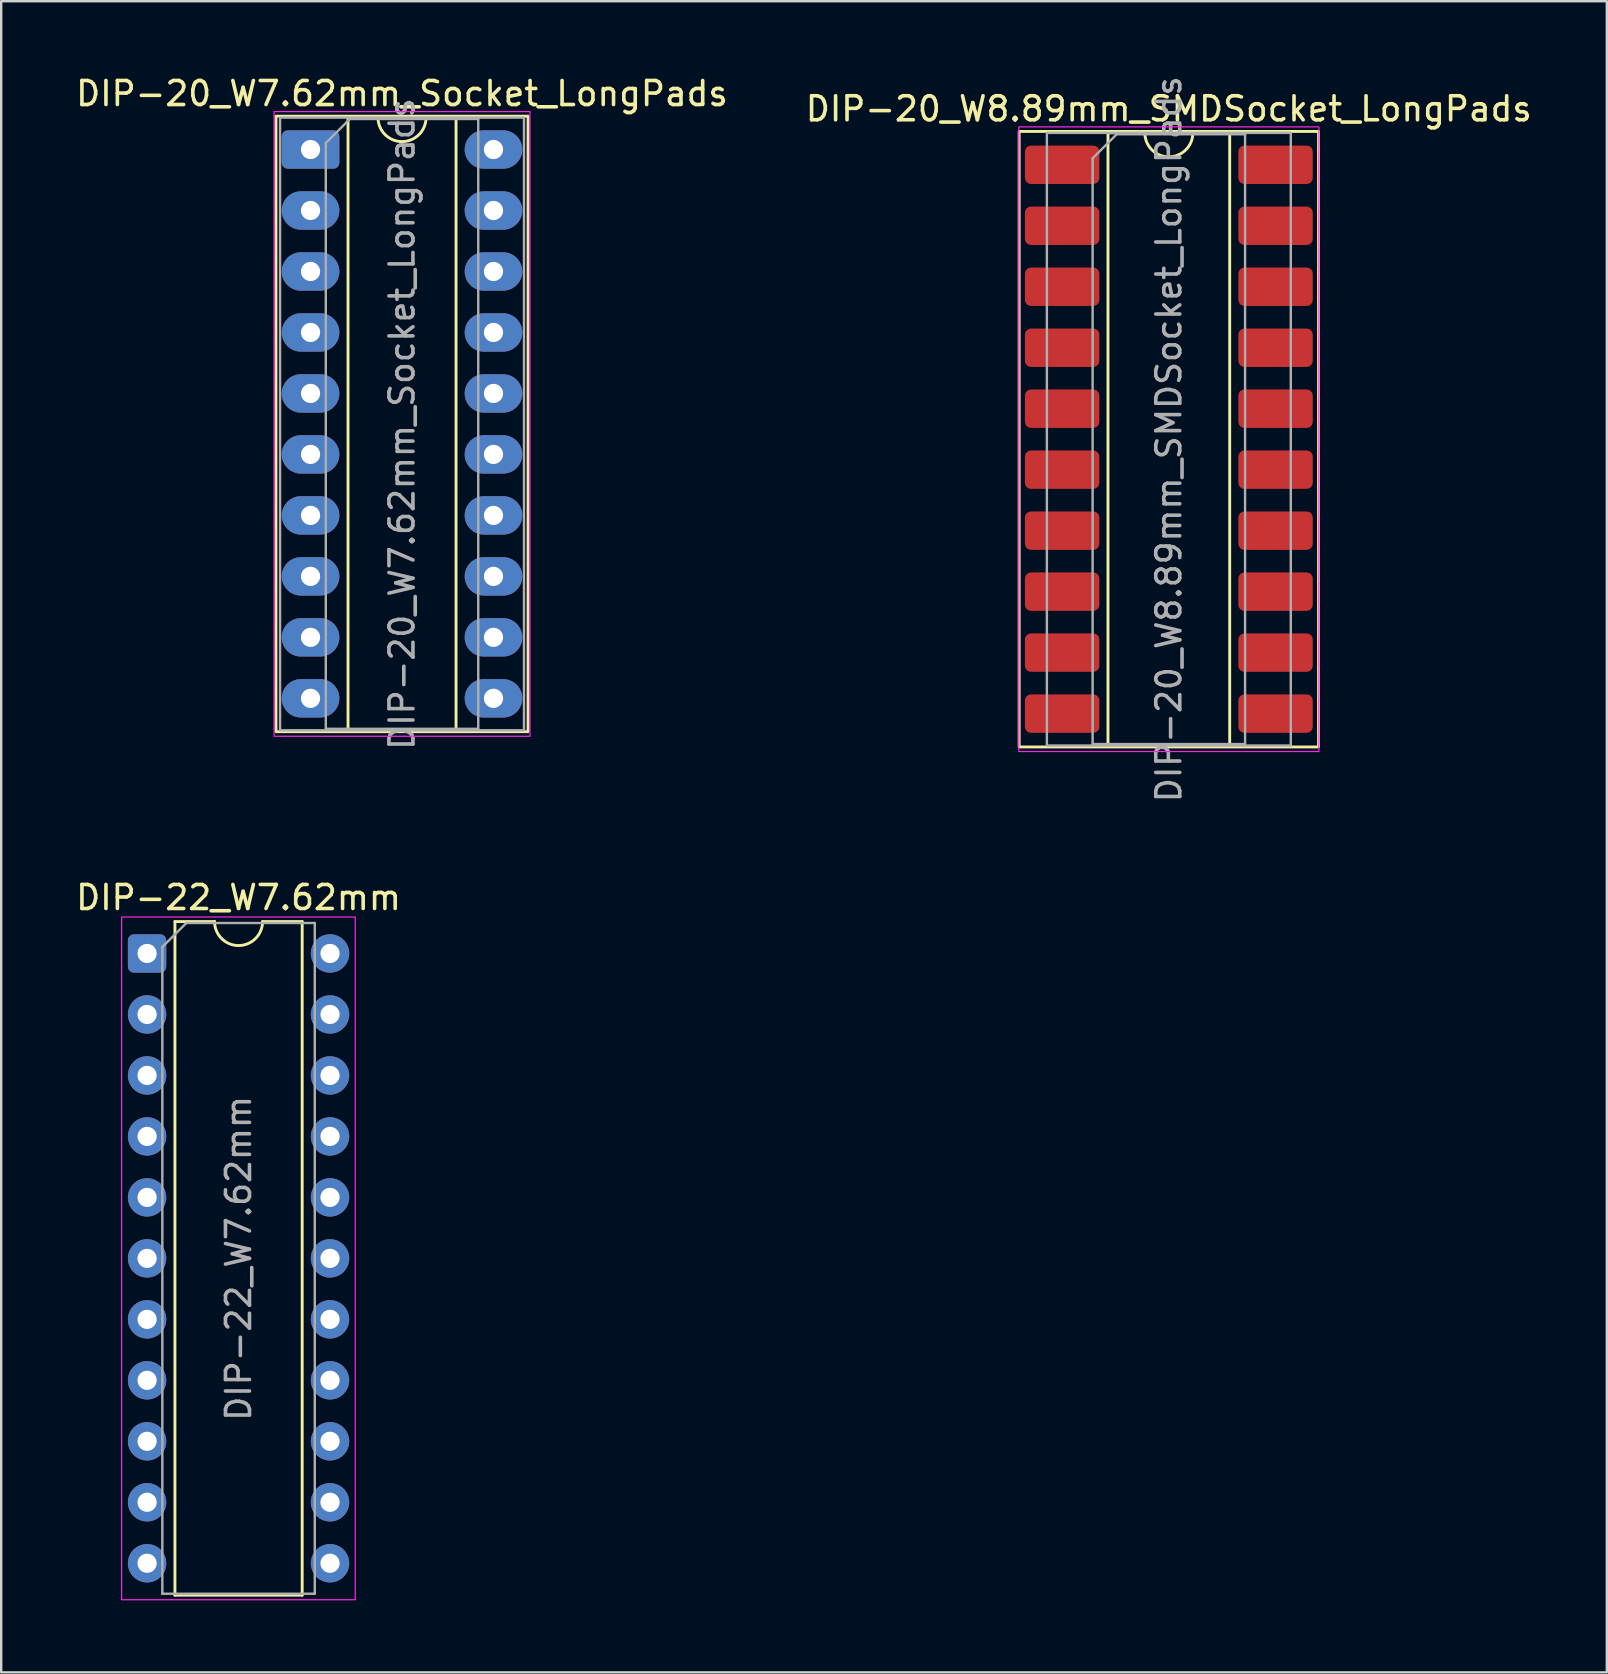
<source format=kicad_pcb>
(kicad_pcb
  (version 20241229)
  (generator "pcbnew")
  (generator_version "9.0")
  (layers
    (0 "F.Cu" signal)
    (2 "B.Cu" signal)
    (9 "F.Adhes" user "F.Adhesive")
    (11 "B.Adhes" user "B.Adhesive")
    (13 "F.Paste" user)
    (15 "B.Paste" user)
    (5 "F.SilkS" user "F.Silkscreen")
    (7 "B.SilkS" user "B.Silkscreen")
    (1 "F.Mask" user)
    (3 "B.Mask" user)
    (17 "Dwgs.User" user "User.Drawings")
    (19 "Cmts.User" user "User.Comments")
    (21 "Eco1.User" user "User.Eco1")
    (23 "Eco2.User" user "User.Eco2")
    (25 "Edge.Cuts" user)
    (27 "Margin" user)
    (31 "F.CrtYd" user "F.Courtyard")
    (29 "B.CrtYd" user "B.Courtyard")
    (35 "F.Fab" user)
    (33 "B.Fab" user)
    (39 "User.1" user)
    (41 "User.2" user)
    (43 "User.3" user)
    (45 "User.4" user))
  (footprint "DIP-22_W7.62mm"
    (layer "F.Cu")
    (at 3.077 36.666)
    (property "Reference" "DIP-22_W7.62mm" (at 3.81 -2.33 0) (layer "F.SilkS") (effects (font (size 1 1) (thickness 0.15))))
    (attr through_hole)
    (fp_line (start 1.16 -1.33) (end 1.16 26.73) (stroke (width 0.12) (type solid)) (layer "F.SilkS"))
    (fp_line (start 1.16 26.73) (end 6.46 26.73) (stroke (width 0.12) (type solid)) (layer "F.SilkS"))
    (fp_line (start 2.81 -1.33) (end 1.16 -1.33) (stroke (width 0.12) (type solid)) (layer "F.SilkS"))
    (fp_line (start 6.46 -1.33) (end 4.81 -1.33) (stroke (width 0.12) (type solid)) (layer "F.SilkS"))
    (fp_line (start 6.46 26.73) (end 6.46 -1.33) (stroke (width 0.12) (type solid)) (layer "F.SilkS"))
    (fp_arc (start 4.81 -1.33) (mid 3.81 -0.33) (end 2.81 -1.33) (stroke (width 0.12) (type solid)) (layer "F.SilkS"))
    (fp_rect (start -1.06 -1.52) (end 8.67 26.92) (stroke (width 0.05) (type solid)) (fill no) (layer "F.CrtYd"))
    (fp_line (start 0.635 -0.27) (end 1.635 -1.27) (stroke (width 0.1) (type solid)) (layer "F.Fab"))
    (fp_line (start 0.635 26.67) (end 0.635 -0.27) (stroke (width 0.1) (type solid)) (layer "F.Fab"))
    (fp_line (start 1.635 -1.27) (end 6.985 -1.27) (stroke (width 0.1) (type solid)) (layer "F.Fab"))
    (fp_line (start 6.985 -1.27) (end 6.985 26.67) (stroke (width 0.1) (type solid)) (layer "F.Fab"))
    (fp_line (start 6.985 26.67) (end 0.635 26.67) (stroke (width 0.1) (type solid)) (layer "F.Fab"))
    (fp_text user "${REFERENCE}" (at 3.81 12.7 90) (layer "F.Fab") (effects (font (size 1 1) (thickness 0.15))))
    (pad "1" thru_hole roundrect (at 0 0) (size 1.6 1.6) (drill 0.8) (layers "*.Cu" "*.Mask") (roundrect_rratio 0.156))
    (pad "2" thru_hole circle (at 0 2.54) (size 1.6 1.6) (drill 0.8) (layers "*.Cu" "*.Mask"))
    (pad "3" thru_hole circle (at 0 5.08) (size 1.6 1.6) (drill 0.8) (layers "*.Cu" "*.Mask"))
    (pad "4" thru_hole circle (at 0 7.62) (size 1.6 1.6) (drill 0.8) (layers "*.Cu" "*.Mask"))
    (pad "5" thru_hole circle (at 0 10.16) (size 1.6 1.6) (drill 0.8) (layers "*.Cu" "*.Mask"))
    (pad "6" thru_hole circle (at 0 12.7) (size 1.6 1.6) (drill 0.8) (layers "*.Cu" "*.Mask"))
    (pad "7" thru_hole circle (at 0 15.24) (size 1.6 1.6) (drill 0.8) (layers "*.Cu" "*.Mask"))
    (pad "8" thru_hole circle (at 0 17.78) (size 1.6 1.6) (drill 0.8) (layers "*.Cu" "*.Mask"))
    (pad "9" thru_hole circle (at 0 20.32) (size 1.6 1.6) (drill 0.8) (layers "*.Cu" "*.Mask"))
    (pad "10" thru_hole circle (at 0 22.86) (size 1.6 1.6) (drill 0.8) (layers "*.Cu" "*.Mask"))
    (pad "11" thru_hole circle (at 0 25.4) (size 1.6 1.6) (drill 0.8) (layers "*.Cu" "*.Mask"))
    (pad "12" thru_hole circle (at 7.62 25.4) (size 1.6 1.6) (drill 0.8) (layers "*.Cu" "*.Mask"))
    (pad "13" thru_hole circle (at 7.62 22.86) (size 1.6 1.6) (drill 0.8) (layers "*.Cu" "*.Mask"))
    (pad "14" thru_hole circle (at 7.62 20.32) (size 1.6 1.6) (drill 0.8) (layers "*.Cu" "*.Mask"))
    (pad "15" thru_hole circle (at 7.62 17.78) (size 1.6 1.6) (drill 0.8) (layers "*.Cu" "*.Mask"))
    (pad "16" thru_hole circle (at 7.62 15.24) (size 1.6 1.6) (drill 0.8) (layers "*.Cu" "*.Mask"))
    (pad "17" thru_hole circle (at 7.62 12.7) (size 1.6 1.6) (drill 0.8) (layers "*.Cu" "*.Mask"))
    (pad "18" thru_hole circle (at 7.62 10.16) (size 1.6 1.6) (drill 0.8) (layers "*.Cu" "*.Mask"))
    (pad "19" thru_hole circle (at 7.62 7.62) (size 1.6 1.6) (drill 0.8) (layers "*.Cu" "*.Mask"))
    (pad "20" thru_hole circle (at 7.62 5.08) (size 1.6 1.6) (drill 0.8) (layers "*.Cu" "*.Mask"))
    (pad "21" thru_hole circle (at 7.62 2.54) (size 1.6 1.6) (drill 0.8) (layers "*.Cu" "*.Mask"))
    (pad "22" thru_hole circle (at 7.62 0) (size 1.6 1.6) (drill 0.8) (layers "*.Cu" "*.Mask")))
  (footprint "DIP-20_W8.89mm_SMDSocket_LongPads"
    (layer "F.Cu")
    (at 45.637 15.244)
    (property "Reference" "DIP-20_W8.89mm_SMDSocket_LongPads" (at 0 -13.76 0) (layer "F.SilkS") (effects (font (size 1 1) (thickness 0.15))))
    (attr smd)
    (fp_line (start -2.535 -12.76) (end -2.535 12.76) (stroke (width 0.12) (type solid)) (layer "F.SilkS"))
    (fp_line (start -2.535 12.76) (end 2.535 12.76) (stroke (width 0.12) (type solid)) (layer "F.SilkS"))
    (fp_line (start -1 -12.76) (end -2.535 -12.76) (stroke (width 0.12) (type solid)) (layer "F.SilkS"))
    (fp_line (start 2.535 -12.76) (end 1 -12.76) (stroke (width 0.12) (type solid)) (layer "F.SilkS"))
    (fp_line (start 2.535 12.76) (end 2.535 -12.76) (stroke (width 0.12) (type solid)) (layer "F.SilkS"))
    (fp_rect (start -6.235 -12.82) (end 6.235 12.82) (stroke (width 0.12) (type solid)) (fill no) (layer "F.SilkS"))
    (fp_arc (start 1 -12.76) (mid 0 -11.76) (end -1 -12.76) (stroke (width 0.12) (type solid)) (layer "F.SilkS"))
    (fp_rect (start -6.25 -13.01) (end 6.25 13.01) (stroke (width 0.05) (type solid)) (fill no) (layer "F.CrtYd"))
    (fp_line (start -3.175 -11.7) (end -2.175 -12.7) (stroke (width 0.1) (type solid)) (layer "F.Fab"))
    (fp_line (start -3.175 12.7) (end -3.175 -11.7) (stroke (width 0.1) (type solid)) (layer "F.Fab"))
    (fp_line (start -2.175 -12.7) (end 3.175 -12.7) (stroke (width 0.1) (type solid)) (layer "F.Fab"))
    (fp_line (start 3.175 -12.7) (end 3.175 12.7) (stroke (width 0.1) (type solid)) (layer "F.Fab"))
    (fp_line (start 3.175 12.7) (end -3.175 12.7) (stroke (width 0.1) (type solid)) (layer "F.Fab"))
    (fp_rect (start -5.08 -12.76) (end 5.08 12.76) (stroke (width 0.1) (type solid)) (fill no) (layer "F.Fab"))
    (fp_text user "${REFERENCE}" (at 0 0 90) (layer "F.Fab") (effects (font (size 1 1) (thickness 0.15))))
    (pad "1" smd roundrect (at -4.445 -11.43) (size 3.1 1.6) (layers "F.Cu" "F.Mask" "F.Paste") (roundrect_rratio 0.156))
    (pad "2" smd roundrect (at -4.445 -8.89) (size 3.1 1.6) (layers "F.Cu" "F.Mask" "F.Paste") (roundrect_rratio 0.156))
    (pad "3" smd roundrect (at -4.445 -6.35) (size 3.1 1.6) (layers "F.Cu" "F.Mask" "F.Paste") (roundrect_rratio 0.156))
    (pad "4" smd roundrect (at -4.445 -3.81) (size 3.1 1.6) (layers "F.Cu" "F.Mask" "F.Paste") (roundrect_rratio 0.156))
    (pad "5" smd roundrect (at -4.445 -1.27) (size 3.1 1.6) (layers "F.Cu" "F.Mask" "F.Paste") (roundrect_rratio 0.156))
    (pad "6" smd roundrect (at -4.445 1.27) (size 3.1 1.6) (layers "F.Cu" "F.Mask" "F.Paste") (roundrect_rratio 0.156))
    (pad "7" smd roundrect (at -4.445 3.81) (size 3.1 1.6) (layers "F.Cu" "F.Mask" "F.Paste") (roundrect_rratio 0.156))
    (pad "8" smd roundrect (at -4.445 6.35) (size 3.1 1.6) (layers "F.Cu" "F.Mask" "F.Paste") (roundrect_rratio 0.156))
    (pad "9" smd roundrect (at -4.445 8.89) (size 3.1 1.6) (layers "F.Cu" "F.Mask" "F.Paste") (roundrect_rratio 0.156))
    (pad "10" smd roundrect (at -4.445 11.43) (size 3.1 1.6) (layers "F.Cu" "F.Mask" "F.Paste") (roundrect_rratio 0.156))
    (pad "11" smd roundrect (at 4.445 11.43) (size 3.1 1.6) (layers "F.Cu" "F.Mask" "F.Paste") (roundrect_rratio 0.156))
    (pad "12" smd roundrect (at 4.445 8.89) (size 3.1 1.6) (layers "F.Cu" "F.Mask" "F.Paste") (roundrect_rratio 0.156))
    (pad "13" smd roundrect (at 4.445 6.35) (size 3.1 1.6) (layers "F.Cu" "F.Mask" "F.Paste") (roundrect_rratio 0.156))
    (pad "14" smd roundrect (at 4.445 3.81) (size 3.1 1.6) (layers "F.Cu" "F.Mask" "F.Paste") (roundrect_rratio 0.156))
    (pad "15" smd roundrect (at 4.445 1.27) (size 3.1 1.6) (layers "F.Cu" "F.Mask" "F.Paste") (roundrect_rratio 0.156))
    (pad "16" smd roundrect (at 4.445 -1.27) (size 3.1 1.6) (layers "F.Cu" "F.Mask" "F.Paste") (roundrect_rratio 0.156))
    (pad "17" smd roundrect (at 4.445 -3.81) (size 3.1 1.6) (layers "F.Cu" "F.Mask" "F.Paste") (roundrect_rratio 0.156))
    (pad "18" smd roundrect (at 4.445 -6.35) (size 3.1 1.6) (layers "F.Cu" "F.Mask" "F.Paste") (roundrect_rratio 0.156))
    (pad "19" smd roundrect (at 4.445 -8.89) (size 3.1 1.6) (layers "F.Cu" "F.Mask" "F.Paste") (roundrect_rratio 0.156))
    (pad "20" smd roundrect (at 4.445 -11.43) (size 3.1 1.6) (layers "F.Cu" "F.Mask" "F.Paste") (roundrect_rratio 0.156)))
  (footprint "DIP-20_W7.62mm_Socket_LongPads"
    (layer "F.Cu")
    (at 9.886 3.178)
    (property "Reference" "DIP-20_W7.62mm_Socket_LongPads" (at 3.81 -2.33 0) (layer "F.SilkS") (effects (font (size 1 1) (thickness 0.15))))
    (attr through_hole)
    (fp_line (start 1.56 -1.33) (end 1.56 24.19) (stroke (width 0.12) (type solid)) (layer "F.SilkS"))
    (fp_line (start 1.56 24.19) (end 6.06 24.19) (stroke (width 0.12) (type solid)) (layer "F.SilkS"))
    (fp_line (start 2.81 -1.33) (end 1.56 -1.33) (stroke (width 0.12) (type solid)) (layer "F.SilkS"))
    (fp_line (start 6.06 -1.33) (end 4.81 -1.33) (stroke (width 0.12) (type solid)) (layer "F.SilkS"))
    (fp_line (start 6.06 24.19) (end 6.06 -1.33) (stroke (width 0.12) (type solid)) (layer "F.SilkS"))
    (fp_rect (start -1.44 -1.39) (end 9.06 24.25) (stroke (width 0.12) (type solid)) (fill no) (layer "F.SilkS"))
    (fp_arc (start 4.81 -1.33) (mid 3.81 -0.33) (end 2.81 -1.33) (stroke (width 0.12) (type solid)) (layer "F.SilkS"))
    (fp_rect (start -1.52 -1.58) (end 9.14 24.44) (stroke (width 0.05) (type solid)) (fill no) (layer "F.CrtYd"))
    (fp_line (start 0.635 -0.27) (end 1.635 -1.27) (stroke (width 0.1) (type solid)) (layer "F.Fab"))
    (fp_line (start 0.635 24.13) (end 0.635 -0.27) (stroke (width 0.1) (type solid)) (layer "F.Fab"))
    (fp_line (start 1.635 -1.27) (end 6.985 -1.27) (stroke (width 0.1) (type solid)) (layer "F.Fab"))
    (fp_line (start 6.985 -1.27) (end 6.985 24.13) (stroke (width 0.1) (type solid)) (layer "F.Fab"))
    (fp_line (start 6.985 24.13) (end 0.635 24.13) (stroke (width 0.1) (type solid)) (layer "F.Fab"))
    (fp_rect (start -1.27 -1.33) (end 8.89 24.19) (stroke (width 0.1) (type solid)) (fill no) (layer "F.Fab"))
    (fp_text user "${REFERENCE}" (at 3.81 11.43 90) (layer "F.Fab") (effects (font (size 1 1) (thickness 0.15))))
    (pad "1" thru_hole roundrect (at 0 0) (size 2.4 1.6) (drill 0.8) (layers "*.Cu" "*.Mask") (roundrect_rratio 0.156))
    (pad "2" thru_hole oval (at 0 2.54) (size 2.4 1.6) (drill 0.8) (layers "*.Cu" "*.Mask"))
    (pad "3" thru_hole oval (at 0 5.08) (size 2.4 1.6) (drill 0.8) (layers "*.Cu" "*.Mask"))
    (pad "4" thru_hole oval (at 0 7.62) (size 2.4 1.6) (drill 0.8) (layers "*.Cu" "*.Mask"))
    (pad "5" thru_hole oval (at 0 10.16) (size 2.4 1.6) (drill 0.8) (layers "*.Cu" "*.Mask"))
    (pad "6" thru_hole oval (at 0 12.7) (size 2.4 1.6) (drill 0.8) (layers "*.Cu" "*.Mask"))
    (pad "7" thru_hole oval (at 0 15.24) (size 2.4 1.6) (drill 0.8) (layers "*.Cu" "*.Mask"))
    (pad "8" thru_hole oval (at 0 17.78) (size 2.4 1.6) (drill 0.8) (layers "*.Cu" "*.Mask"))
    (pad "9" thru_hole oval (at 0 20.32) (size 2.4 1.6) (drill 0.8) (layers "*.Cu" "*.Mask"))
    (pad "10" thru_hole oval (at 0 22.86) (size 2.4 1.6) (drill 0.8) (layers "*.Cu" "*.Mask"))
    (pad "11" thru_hole oval (at 7.62 22.86) (size 2.4 1.6) (drill 0.8) (layers "*.Cu" "*.Mask"))
    (pad "12" thru_hole oval (at 7.62 20.32) (size 2.4 1.6) (drill 0.8) (layers "*.Cu" "*.Mask"))
    (pad "13" thru_hole oval (at 7.62 17.78) (size 2.4 1.6) (drill 0.8) (layers "*.Cu" "*.Mask"))
    (pad "14" thru_hole oval (at 7.62 15.24) (size 2.4 1.6) (drill 0.8) (layers "*.Cu" "*.Mask"))
    (pad "15" thru_hole oval (at 7.62 12.7) (size 2.4 1.6) (drill 0.8) (layers "*.Cu" "*.Mask"))
    (pad "16" thru_hole oval (at 7.62 10.16) (size 2.4 1.6) (drill 0.8) (layers "*.Cu" "*.Mask"))
    (pad "17" thru_hole oval (at 7.62 7.62) (size 2.4 1.6) (drill 0.8) (layers "*.Cu" "*.Mask"))
    (pad "18" thru_hole oval (at 7.62 5.08) (size 2.4 1.6) (drill 0.8) (layers "*.Cu" "*.Mask"))
    (pad "19" thru_hole oval (at 7.62 2.54) (size 2.4 1.6) (drill 0.8) (layers "*.Cu" "*.Mask"))
    (pad "20" thru_hole oval (at 7.62 0) (size 2.4 1.6) (drill 0.8) (layers "*.Cu" "*.Mask")))
  (gr_rect
    (start -3 -3)
    (end 63.881 66.611)
    (stroke (width 0.1) (type default))
    (fill no)
    (layer "Edge.Cuts")))
</source>
